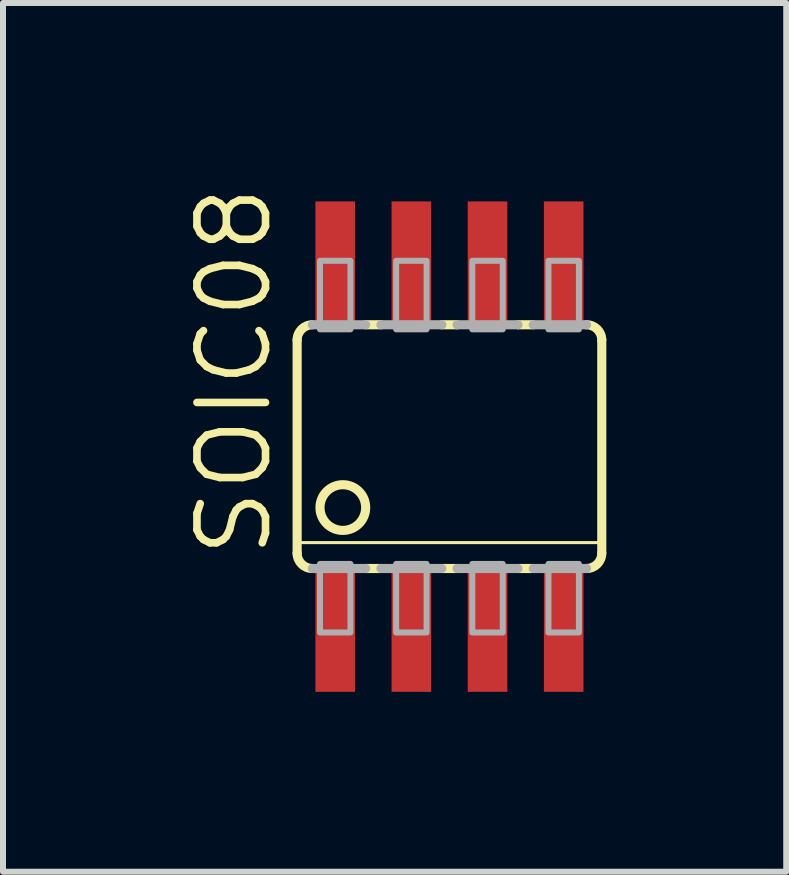
<source format=kicad_pcb>
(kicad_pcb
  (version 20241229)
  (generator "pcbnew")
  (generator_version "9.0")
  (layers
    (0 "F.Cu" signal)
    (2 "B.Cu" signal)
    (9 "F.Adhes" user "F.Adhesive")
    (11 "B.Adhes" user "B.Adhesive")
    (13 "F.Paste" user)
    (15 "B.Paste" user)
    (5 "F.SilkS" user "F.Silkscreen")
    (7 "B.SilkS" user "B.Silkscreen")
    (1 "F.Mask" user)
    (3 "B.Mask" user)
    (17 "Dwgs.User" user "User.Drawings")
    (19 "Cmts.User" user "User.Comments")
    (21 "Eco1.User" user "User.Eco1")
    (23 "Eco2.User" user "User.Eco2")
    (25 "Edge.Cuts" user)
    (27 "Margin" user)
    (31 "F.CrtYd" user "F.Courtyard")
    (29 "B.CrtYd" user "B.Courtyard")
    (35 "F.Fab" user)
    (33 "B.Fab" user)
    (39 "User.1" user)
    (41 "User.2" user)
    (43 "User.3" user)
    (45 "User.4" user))
  (footprint "SOIC08"
    (layer "F.Cu")
    (at 4.445 4.398)
    (property "Reference" "SOIC08" (at -2.921 1.905 90) (unlocked yes) (layer "F.SilkS") (effects (font (size 1.143 1.143) (thickness 0.127)) (justify left bottom)))
    (fp_line (start -2.54 -1.778) (end -2.54 1.778) (stroke (width 0.152) (type solid)) (layer "F.SilkS"))
    (fp_line (start -2.54 1.6) (end 2.54 1.6) (stroke (width 0.051) (type solid)) (layer "F.SilkS"))
    (fp_line (start -1.397 -2.032) (end -1.143 -2.032) (stroke (width 0.152) (type solid)) (layer "F.SilkS"))
    (fp_line (start -1.397 2.032) (end -1.143 2.032) (stroke (width 0.152) (type solid)) (layer "F.SilkS"))
    (fp_line (start -0.127 -2.032) (end 0.127 -2.032) (stroke (width 0.152) (type solid)) (layer "F.SilkS"))
    (fp_line (start -0.127 2.032) (end 0.127 2.032) (stroke (width 0.152) (type solid)) (layer "F.SilkS"))
    (fp_line (start 1.143 -2.032) (end 1.397 -2.032) (stroke (width 0.152) (type solid)) (layer "F.SilkS"))
    (fp_line (start 1.143 2.032) (end 1.397 2.032) (stroke (width 0.152) (type solid)) (layer "F.SilkS"))
    (fp_line (start 2.54 -1.778) (end 2.54 1.778) (stroke (width 0.152) (type solid)) (layer "F.SilkS"))
    (fp_arc (start -2.54 -1.778) (mid -2.465605 -1.957605) (end -2.286 -2.032) (stroke (width 0.1524) (type solid)) (layer "F.SilkS"))
    (fp_arc (start -2.286 2.032) (mid -2.465605 1.957605) (end -2.54 1.778) (stroke (width 0.1524) (type solid)) (layer "F.SilkS"))
    (fp_arc (start 2.286 -2.032) (mid 2.465605 -1.957605) (end 2.54 -1.778) (stroke (width 0.1524) (type solid)) (layer "F.SilkS"))
    (fp_arc (start 2.54 1.778) (mid 2.465605 1.957605) (end 2.286 2.032) (stroke (width 0.1524) (type solid)) (layer "F.SilkS"))
    (fp_circle (center -1.778 1.016) (end -1.397 1.016) (stroke (width 0.152) (type solid)) (fill no) (layer "F.SilkS"))
    (fp_line (start -2.286 -2.032) (end -1.397 -2.032) (stroke (width 0.152) (type solid)) (layer "F.Fab"))
    (fp_line (start -2.286 2.032) (end -1.397 2.032) (stroke (width 0.152) (type solid)) (layer "F.Fab"))
    (fp_line (start -1.143 -2.032) (end -0.127 -2.032) (stroke (width 0.152) (type solid)) (layer "F.Fab"))
    (fp_line (start -1.143 2.032) (end -0.127 2.032) (stroke (width 0.152) (type solid)) (layer "F.Fab"))
    (fp_line (start 0.127 -2.032) (end 1.143 -2.032) (stroke (width 0.152) (type solid)) (layer "F.Fab"))
    (fp_line (start 0.127 2.032) (end 1.143 2.032) (stroke (width 0.152) (type solid)) (layer "F.Fab"))
    (fp_line (start 1.397 -2.032) (end 2.286 -2.032) (stroke (width 0.152) (type solid)) (layer "F.Fab"))
    (fp_line (start 1.397 2.032) (end 2.286 2.032) (stroke (width 0.152) (type solid)) (layer "F.Fab"))
    (fp_poly (pts (xy -2.159 -1.956) (xy -1.651 -1.956) (xy -1.651 -3.099) (xy -2.159 -3.099)) (stroke (width 0.1) (type default)) (fill no) (layer "F.Fab"))
    (fp_poly (pts (xy -2.159 3.099) (xy -1.651 3.099) (xy -1.651 1.956) (xy -2.159 1.956)) (stroke (width 0.1) (type default)) (fill no) (layer "F.Fab"))
    (fp_poly (pts (xy -0.889 -1.956) (xy -0.381 -1.956) (xy -0.381 -3.099) (xy -0.889 -3.099)) (stroke (width 0.1) (type default)) (fill no) (layer "F.Fab"))
    (fp_poly (pts (xy -0.889 3.099) (xy -0.381 3.099) (xy -0.381 1.956) (xy -0.889 1.956)) (stroke (width 0.1) (type default)) (fill no) (layer "F.Fab"))
    (fp_poly (pts (xy 0.381 -1.956) (xy 0.889 -1.956) (xy 0.889 -3.099) (xy 0.381 -3.099)) (stroke (width 0.1) (type default)) (fill no) (layer "F.Fab"))
    (fp_poly (pts (xy 0.381 3.099) (xy 0.889 3.099) (xy 0.889 1.956) (xy 0.381 1.956)) (stroke (width 0.1) (type default)) (fill no) (layer "F.Fab"))
    (fp_poly (pts (xy 1.651 -1.956) (xy 2.159 -1.956) (xy 2.159 -3.099) (xy 1.651 -3.099)) (stroke (width 0.1) (type default)) (fill no) (layer "F.Fab"))
    (fp_poly (pts (xy 1.651 3.099) (xy 2.159 3.099) (xy 2.159 1.956) (xy 1.651 1.956)) (stroke (width 0.1) (type default)) (fill no) (layer "F.Fab"))
    (pad "1" smd rect (at -1.905 3.073) (size 0.66 2.032) (layers "F.Cu" "F.Mask" "F.Paste"))
    (pad "2" smd rect (at -0.635 3.073) (size 0.66 2.032) (layers "F.Cu" "F.Mask" "F.Paste"))
    (pad "3" smd rect (at 0.635 3.073) (size 0.66 2.032) (layers "F.Cu" "F.Mask" "F.Paste"))
    (pad "4" smd rect (at 1.905 3.073) (size 0.66 2.032) (layers "F.Cu" "F.Mask" "F.Paste"))
    (pad "5" smd rect (at 1.905 -3.073) (size 0.66 2.032) (layers "F.Cu" "F.Mask" "F.Paste"))
    (pad "6" smd rect (at 0.635 -3.073) (size 0.66 2.032) (layers "F.Cu" "F.Mask" "F.Paste"))
    (pad "7" smd rect (at -0.635 -3.073) (size 0.66 2.032) (layers "F.Cu" "F.Mask" "F.Paste"))
    (pad "8" smd rect (at -1.905 -3.073) (size 0.66 2.032) (layers "F.Cu" "F.Mask" "F.Paste")))
  (gr_rect
    (start -3 -3)
    (end 10.061 11.487)
    (stroke (width 0.1) (type default))
    (fill no)
    (layer "Edge.Cuts")))
</source>
